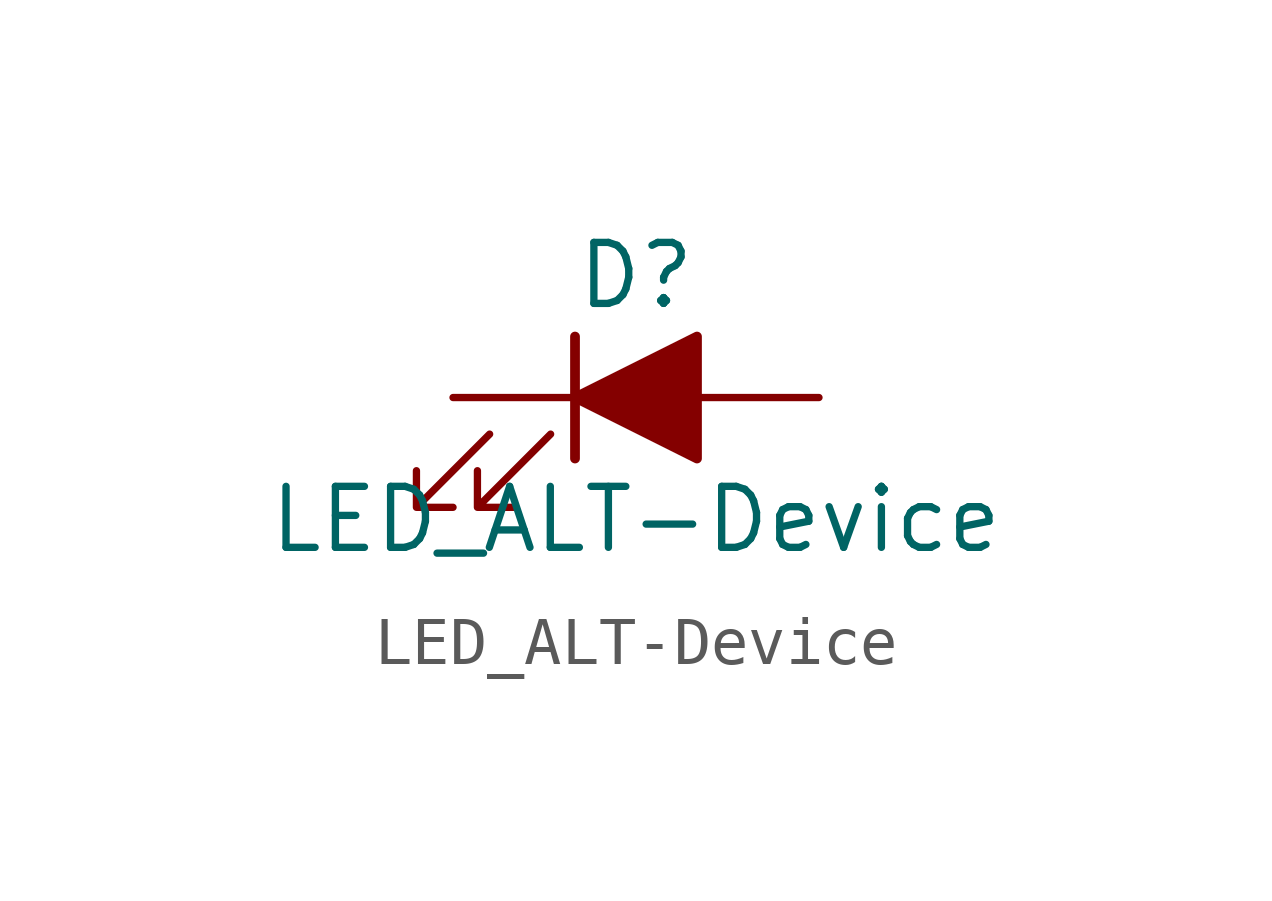
<source format=kicad_sym>
(kicad_symbol_lib
  (version 20211014)
  (generator kicad_symbol_editor)
  (symbol "LED_ALT-Device"
    (pin_numbers hide)
    (pin_names
      (offset 1.016) hide)
    (property "Reference" "D"
      (at 0 2.54 0)
      (effects (font (size 1.27 1.27))))
    (property "Value" "LED_ALT-Device"
      (at 0 -2.54 0)
      (effects (font (size 1.27 1.27))))
    (symbol "LED_ALT-Device_0_1"
      (polyline (pts (xy -1.27 -1.27) (xy -1.27 1.27)) (stroke (width 0.203) (type default) (color 0 0 0 0)) (fill (type none)))
      (polyline (pts (xy -1.27 0) (xy 1.27 0)) (stroke (width 0) (type default) (color 0 0 0 0)) (fill (type none)))
      (polyline (pts (xy 1.27 -1.27) (xy 1.27 1.27) (xy -1.27 0) (xy 1.27 -1.27)) (stroke (width 0.203) (type default) (color 0 0 0 0)) (fill (type outline)))
      (polyline (pts (xy -3.048 -0.762) (xy -4.572 -2.286) (xy -3.81 -2.286) (xy -4.572 -2.286) (xy -4.572 -1.524)) (stroke (width 0) (type default) (color 0 0 0 0)) (fill (type none)))
      (polyline (pts (xy -1.778 -0.762) (xy -3.302 -2.286) (xy -2.54 -2.286) (xy -3.302 -2.286) (xy -3.302 -1.524)) (stroke (width 0) (type default) (color 0 0 0 0)) (fill (type none))))
    (symbol "LED_ALT-Device_1_1"
      (pin passive line (at -3.81 0 0) (length 2.54) (name "K" (effects (font (size 1.27 1.27)))) (number "1" (effects (font (size 1.27 1.27)))))
      (pin passive line (at 3.81 0 180) (length 2.54) (name "A" (effects (font (size 1.27 1.27)))) (number "2" (effects (font (size 1.27 1.27))))))))
</source>
